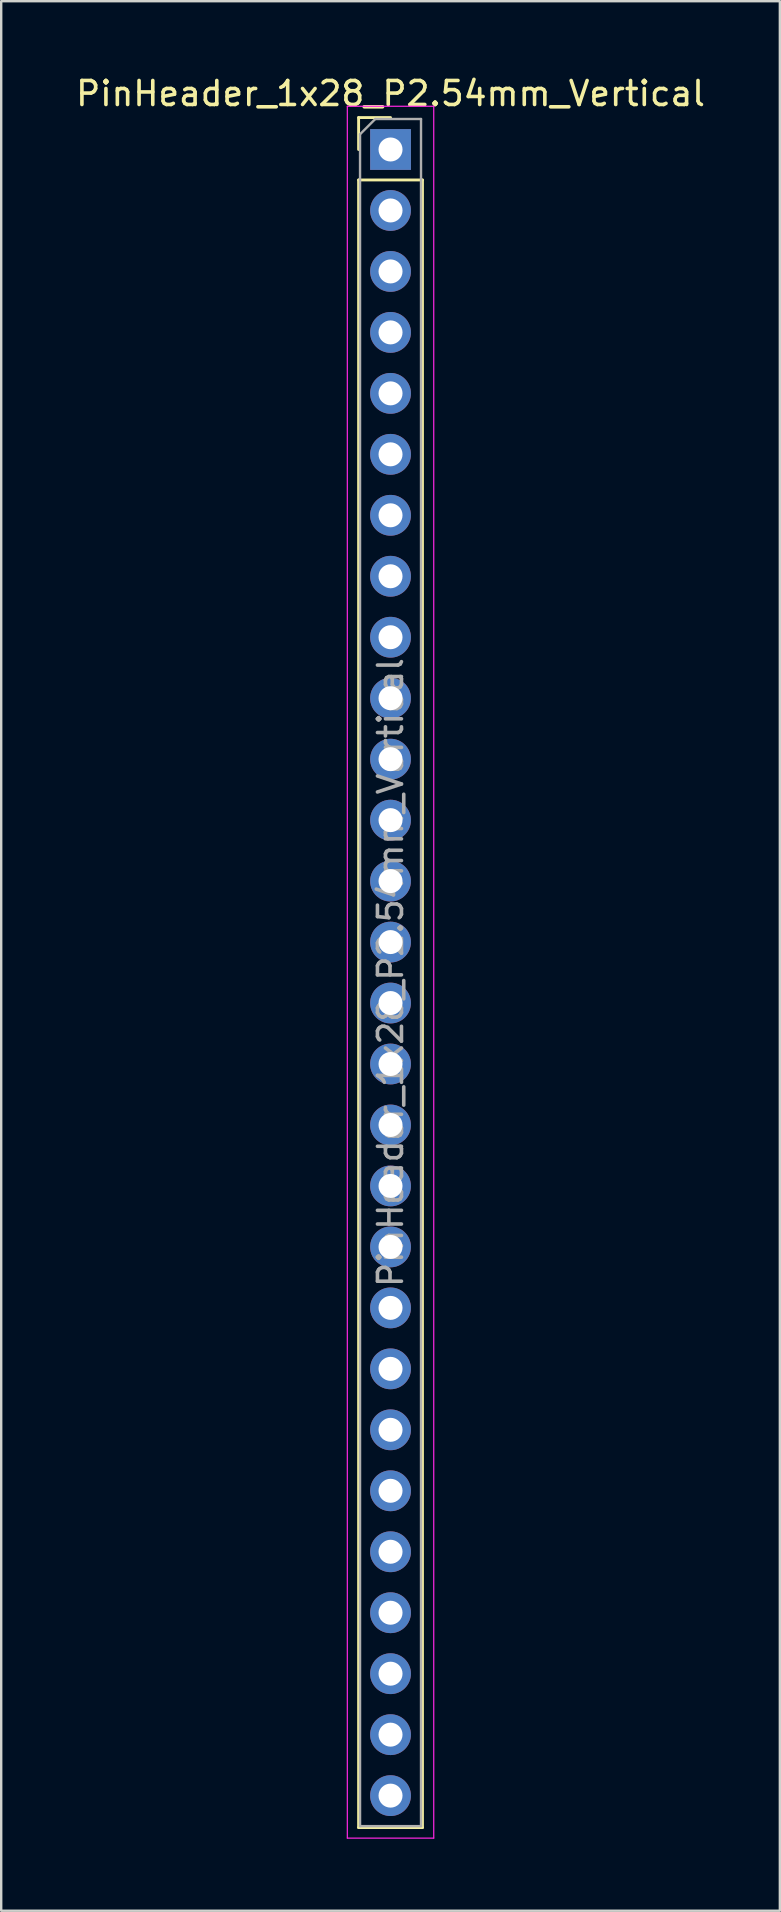
<source format=kicad_pcb>
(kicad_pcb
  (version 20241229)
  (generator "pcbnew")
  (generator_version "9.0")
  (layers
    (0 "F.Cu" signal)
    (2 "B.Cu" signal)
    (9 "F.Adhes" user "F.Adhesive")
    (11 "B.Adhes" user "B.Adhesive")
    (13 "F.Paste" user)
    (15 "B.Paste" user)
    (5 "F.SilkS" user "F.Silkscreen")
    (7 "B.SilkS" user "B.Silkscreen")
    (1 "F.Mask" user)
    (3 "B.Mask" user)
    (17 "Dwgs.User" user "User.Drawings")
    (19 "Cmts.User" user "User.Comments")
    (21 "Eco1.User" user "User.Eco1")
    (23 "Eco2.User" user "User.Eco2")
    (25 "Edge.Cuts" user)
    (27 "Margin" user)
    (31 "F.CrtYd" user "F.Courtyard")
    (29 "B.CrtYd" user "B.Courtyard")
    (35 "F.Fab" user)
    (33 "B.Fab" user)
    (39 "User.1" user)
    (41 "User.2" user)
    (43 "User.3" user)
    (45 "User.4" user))
  (footprint "PinHeader_1x28_P2.54mm_Vertical"
    (layer "F.Cu")
    (at 13.22 3.178)
    (property "Reference" "PinHeader_1x28_P2.54mm_Vertical" (at 0 -2.33 0) (layer "F.SilkS") (effects (font (size 1 1) (thickness 0.15))))
    (attr through_hole)
    (fp_line (start -1.33 -1.33) (end 0 -1.33) (stroke (width 0.12) (type solid)) (layer "F.SilkS"))
    (fp_line (start -1.33 0) (end -1.33 -1.33) (stroke (width 0.12) (type solid)) (layer "F.SilkS"))
    (fp_line (start -1.33 1.27) (end -1.33 69.91) (stroke (width 0.12) (type solid)) (layer "F.SilkS"))
    (fp_line (start -1.33 1.27) (end 1.33 1.27) (stroke (width 0.12) (type solid)) (layer "F.SilkS"))
    (fp_line (start -1.33 69.91) (end 1.33 69.91) (stroke (width 0.12) (type solid)) (layer "F.SilkS"))
    (fp_line (start 1.33 1.27) (end 1.33 69.91) (stroke (width 0.12) (type solid)) (layer "F.SilkS"))
    (fp_line (start -1.8 -1.8) (end -1.8 70.35) (stroke (width 0.05) (type solid)) (layer "F.CrtYd"))
    (fp_line (start -1.8 70.35) (end 1.8 70.35) (stroke (width 0.05) (type solid)) (layer "F.CrtYd"))
    (fp_line (start 1.8 -1.8) (end -1.8 -1.8) (stroke (width 0.05) (type solid)) (layer "F.CrtYd"))
    (fp_line (start 1.8 70.35) (end 1.8 -1.8) (stroke (width 0.05) (type solid)) (layer "F.CrtYd"))
    (fp_line (start -1.27 -0.635) (end -0.635 -1.27) (stroke (width 0.1) (type solid)) (layer "F.Fab"))
    (fp_line (start -1.27 69.85) (end -1.27 -0.635) (stroke (width 0.1) (type solid)) (layer "F.Fab"))
    (fp_line (start -0.635 -1.27) (end 1.27 -1.27) (stroke (width 0.1) (type solid)) (layer "F.Fab"))
    (fp_line (start 1.27 -1.27) (end 1.27 69.85) (stroke (width 0.1) (type solid)) (layer "F.Fab"))
    (fp_line (start 1.27 69.85) (end -1.27 69.85) (stroke (width 0.1) (type solid)) (layer "F.Fab"))
    (fp_text user "${REFERENCE}" (at 0 34.29 90) (layer "F.Fab") (effects (font (size 1 1) (thickness 0.15))))
    (pad "1" thru_hole rect (at 0 0) (size 1.7 1.7) (drill 1) (layers "*.Cu" "*.Mask"))
    (pad "2" thru_hole oval (at 0 2.54) (size 1.7 1.7) (drill 1) (layers "*.Cu" "*.Mask"))
    (pad "3" thru_hole oval (at 0 5.08) (size 1.7 1.7) (drill 1) (layers "*.Cu" "*.Mask"))
    (pad "4" thru_hole oval (at 0 7.62) (size 1.7 1.7) (drill 1) (layers "*.Cu" "*.Mask"))
    (pad "5" thru_hole oval (at 0 10.16) (size 1.7 1.7) (drill 1) (layers "*.Cu" "*.Mask"))
    (pad "6" thru_hole oval (at 0 12.7) (size 1.7 1.7) (drill 1) (layers "*.Cu" "*.Mask"))
    (pad "7" thru_hole oval (at 0 15.24) (size 1.7 1.7) (drill 1) (layers "*.Cu" "*.Mask"))
    (pad "8" thru_hole oval (at 0 17.78) (size 1.7 1.7) (drill 1) (layers "*.Cu" "*.Mask"))
    (pad "9" thru_hole oval (at 0 20.32) (size 1.7 1.7) (drill 1) (layers "*.Cu" "*.Mask"))
    (pad "10" thru_hole oval (at 0 22.86) (size 1.7 1.7) (drill 1) (layers "*.Cu" "*.Mask"))
    (pad "11" thru_hole oval (at 0 25.4) (size 1.7 1.7) (drill 1) (layers "*.Cu" "*.Mask"))
    (pad "12" thru_hole oval (at 0 27.94) (size 1.7 1.7) (drill 1) (layers "*.Cu" "*.Mask"))
    (pad "13" thru_hole oval (at 0 30.48) (size 1.7 1.7) (drill 1) (layers "*.Cu" "*.Mask"))
    (pad "14" thru_hole oval (at 0 33.02) (size 1.7 1.7) (drill 1) (layers "*.Cu" "*.Mask"))
    (pad "15" thru_hole oval (at 0 35.56) (size 1.7 1.7) (drill 1) (layers "*.Cu" "*.Mask"))
    (pad "16" thru_hole oval (at 0 38.1) (size 1.7 1.7) (drill 1) (layers "*.Cu" "*.Mask"))
    (pad "17" thru_hole oval (at 0 40.64) (size 1.7 1.7) (drill 1) (layers "*.Cu" "*.Mask"))
    (pad "18" thru_hole oval (at 0 43.18) (size 1.7 1.7) (drill 1) (layers "*.Cu" "*.Mask"))
    (pad "19" thru_hole oval (at 0 45.72) (size 1.7 1.7) (drill 1) (layers "*.Cu" "*.Mask"))
    (pad "20" thru_hole oval (at 0 48.26) (size 1.7 1.7) (drill 1) (layers "*.Cu" "*.Mask"))
    (pad "21" thru_hole oval (at 0 50.8) (size 1.7 1.7) (drill 1) (layers "*.Cu" "*.Mask"))
    (pad "22" thru_hole oval (at 0 53.34) (size 1.7 1.7) (drill 1) (layers "*.Cu" "*.Mask"))
    (pad "23" thru_hole oval (at 0 55.88) (size 1.7 1.7) (drill 1) (layers "*.Cu" "*.Mask"))
    (pad "24" thru_hole oval (at 0 58.42) (size 1.7 1.7) (drill 1) (layers "*.Cu" "*.Mask"))
    (pad "25" thru_hole oval (at 0 60.96) (size 1.7 1.7) (drill 1) (layers "*.Cu" "*.Mask"))
    (pad "26" thru_hole oval (at 0 63.5) (size 1.7 1.7) (drill 1) (layers "*.Cu" "*.Mask"))
    (pad "27" thru_hole oval (at 0 66.04) (size 1.7 1.7) (drill 1) (layers "*.Cu" "*.Mask"))
    (pad "28" thru_hole oval (at 0 68.58) (size 1.7 1.7) (drill 1) (layers "*.Cu" "*.Mask")))
  (gr_rect
    (start -3 -3)
    (end 29.44 76.553)
    (stroke (width 0.1) (type default))
    (fill no)
    (layer "Edge.Cuts")))
</source>
